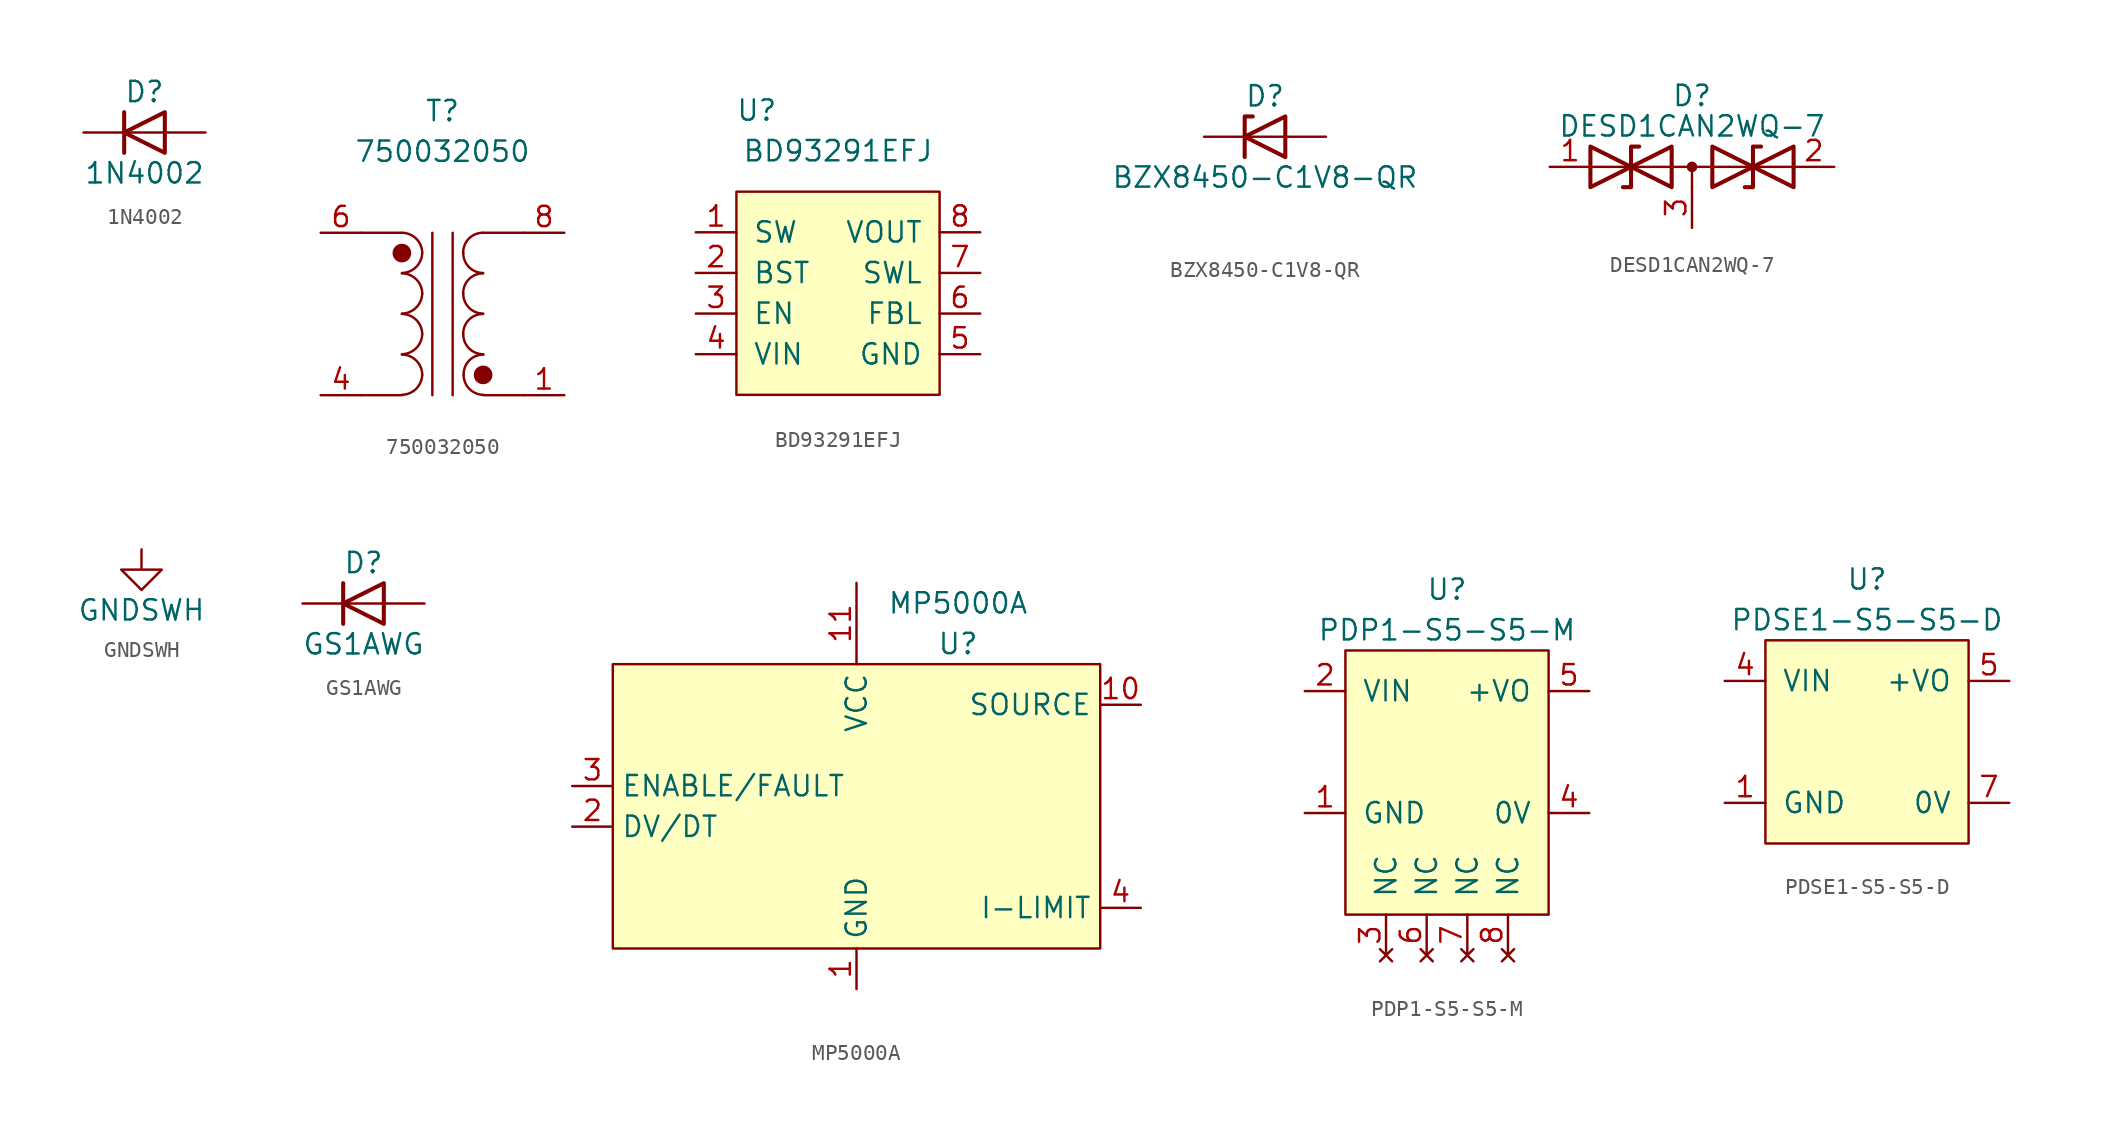
<source format=kicad_sym>
(kicad_symbol_lib
  (version 20211014)
  (generator kicad_symbol_editor)
  (symbol "1N4002"
    (pin_numbers hide)
    (pin_names
      (offset 1.016) hide)
    (property "Reference" "D"
      (at 0 2.54 0)
      (effects (font (size 1.27 1.27))))
    (property "Value" "1N4002"
      (at 0 -2.54 0)
      (effects (font (size 1.27 1.27))))
    (symbol "1N4002_0_1"
      (polyline (pts (xy -1.27 1.27) (xy -1.27 -1.27)) (stroke (width 0.254) (type default) (color 0 0 0 0)) (fill (type none)))
      (polyline (pts (xy 1.27 0) (xy -1.27 0)) (stroke (width 0) (type default) (color 0 0 0 0)) (fill (type none)))
      (polyline (pts (xy 1.27 1.27) (xy 1.27 -1.27) (xy -1.27 0) (xy 1.27 1.27)) (stroke (width 0.254) (type default) (color 0 0 0 0)) (fill (type none))))
    (symbol "1N4002_1_1"
      (pin passive line (at -3.81 0 0) (length 2.54) (name "K" (effects (font (size 1.27 1.27)))) (number "1" (effects (font (size 1.27 1.27)))))
      (pin passive line (at 3.81 0 180) (length 2.54) (name "A" (effects (font (size 1.27 1.27)))) (number "2" (effects (font (size 1.27 1.27)))))))
  (symbol "750032050"
    (pin_names
      (offset 1.016) hide)
    (property "Reference" "T"
      (at 0 12.7 0)
      (effects (font (size 1.27 1.27))))
    (property "Value" "750032050"
      (at 0 10.16 0)
      (effects (font (size 1.27 1.27))))
    (symbol "750032050_0_0"
      (pin passive line (at -7.62 5.08 0) (length 2.54) hide (name "AA" (effects (font (size 1.27 1.27)))) (number "5" (effects (font (size 1.27 1.27)))))
      (pin passive line (at -7.62 5.08 0) (length 2.54) (name "AA" (effects (font (size 1.27 1.27)))) (number "6" (effects (font (size 1.27 1.27)))))
      (pin passive line (at 7.62 5.08 180) (length 2.54) (name "SB" (effects (font (size 1.27 1.27)))) (number "8" (effects (font (size 1.27 1.27))))))
    (symbol "750032050_0_1"
      (arc (start -2.54 -5.0546) (mid -1.6561 -4.6863) (end -1.27 -3.81) (stroke (width 0) (type default) (color 0 0 0 0)) (fill (type none)))
      (arc (start -2.54 -2.5146) (mid -1.6561 -2.1463) (end -1.27 -1.27) (stroke (width 0) (type default) (color 0 0 0 0)) (fill (type none)))
      (arc (start -2.54 0.0254) (mid -1.6561 0.3937) (end -1.27 1.27) (stroke (width 0) (type default) (color 0 0 0 0)) (fill (type none)))
      (arc (start -2.54 2.5654) (mid -1.6561 2.9337) (end -1.27 3.81) (stroke (width 0) (type default) (color 0 0 0 0)) (fill (type none)))
      (circle (center -2.54 3.81) (radius 0.508) (stroke (width 0.152) (type default) (color 0 0 0 0)) (fill (type outline)))
      (arc (start -1.27 -3.81) (mid -1.642 -2.912) (end -2.54 -2.54) (stroke (width 0) (type default) (color 0 0 0 0)) (fill (type none)))
      (arc (start -1.27 -1.27) (mid -1.642 -0.372) (end -2.54 0) (stroke (width 0) (type default) (color 0 0 0 0)) (fill (type none)))
      (arc (start -1.27 1.27) (mid -1.642 2.168) (end -2.54 2.54) (stroke (width 0) (type default) (color 0 0 0 0)) (fill (type none)))
      (arc (start -1.27 3.81) (mid -1.642 4.708) (end -2.54 5.08) (stroke (width 0) (type default) (color 0 0 0 0)) (fill (type none)))
      (polyline (pts (xy -5.08 -5.08) (xy -2.54 -5.08)) (stroke (width 0) (type default) (color 0 0 0 0)) (fill (type none)))
      (polyline (pts (xy -5.08 5.08) (xy -2.54 5.08)) (stroke (width 0) (type default) (color 0 0 0 0)) (fill (type none)))
      (polyline (pts (xy -0.635 5.08) (xy -0.635 -5.08)) (stroke (width 0) (type default) (color 0 0 0 0)) (fill (type none)))
      (polyline (pts (xy 0.635 -5.08) (xy 0.635 5.08)) (stroke (width 0) (type default) (color 0 0 0 0)) (fill (type none)))
      (polyline (pts (xy 2.54 -5.08) (xy 5.08 -5.08)) (stroke (width 0) (type default) (color 0 0 0 0)) (fill (type none)))
      (polyline (pts (xy 2.54 5.08) (xy 5.08 5.08)) (stroke (width 0) (type default) (color 0 0 0 0)) (fill (type none)))
      (arc (start 1.2954 -1.27) (mid 1.6599 -2.1501) (end 2.54 -2.5146) (stroke (width 0) (type default) (color 0 0 0 0)) (fill (type none)))
      (arc (start 1.2954 1.27) (mid 1.6599 0.3899) (end 2.54 0.0254) (stroke (width 0) (type default) (color 0 0 0 0)) (fill (type none)))
      (arc (start 1.2954 3.81) (mid 1.6599 2.9299) (end 2.54 2.5654) (stroke (width 0) (type default) (color 0 0 0 0)) (fill (type none)))
      (arc (start 1.3208 -3.81) (mid 1.6853 -4.6901) (end 2.5654 -5.0546) (stroke (width 0) (type default) (color 0 0 0 0)) (fill (type none)))
      (circle (center 2.54 -3.81) (radius 0.508) (stroke (width 0.152) (type default) (color 0 0 0 0)) (fill (type outline)))
      (arc (start 2.54 0) (mid 1.6456 -0.3683) (end 1.2954 -1.27) (stroke (width 0) (type default) (color 0 0 0 0)) (fill (type none)))
      (arc (start 2.54 2.54) (mid 1.6456 2.1717) (end 1.2954 1.27) (stroke (width 0) (type default) (color 0 0 0 0)) (fill (type none)))
      (arc (start 2.54 5.08) (mid 1.6456 4.7117) (end 1.2954 3.81) (stroke (width 0) (type default) (color 0 0 0 0)) (fill (type none)))
      (arc (start 2.5654 -2.54) (mid 1.671 -2.9083) (end 1.3208 -3.81) (stroke (width 0) (type default) (color 0 0 0 0)) (fill (type none))))
    (symbol "750032050_1_1"
      (pin passive line (at 7.62 -5.08 180) (length 2.54) (name "SA" (effects (font (size 1.27 1.27)))) (number "1" (effects (font (size 1.27 1.27)))))
      (pin passive line (at -7.62 -5.08 0) (length 2.54) hide (name "AB" (effects (font (size 1.27 1.27)))) (number "3" (effects (font (size 1.27 1.27)))))
      (pin passive line (at -7.62 -5.08 0) (length 2.54) (name "AB" (effects (font (size 1.27 1.27)))) (number "4" (effects (font (size 1.27 1.27)))))))
  (symbol "BD93291EFJ"
    (pin_names
      (offset 1.016))
    (property "Reference" "U"
      (at -5.08 11.43 0)
      (effects (font (size 1.27 1.27))))
    (property "Value" "BD93291EFJ"
      (at 0 8.89 0)
      (effects (font (size 1.27 1.27))))
    (symbol "BD93291EFJ_0_0"
      (pin power_in line (at 8.89 -3.81 180) (length 2.54) hide (name "GND" (effects (font (size 1.27 1.27)))) (number "9" (effects (font (size 1.27 1.27))))))
    (symbol "BD93291EFJ_0_1"
      (rectangle (start -6.35 6.35) (end 6.35 -6.35) (stroke (width 0) (type default) (color 0 0 0 0)) (fill (type background))))
    (symbol "BD93291EFJ_1_1"
      (pin open_collector line (at -8.89 3.81 0) (length 2.54) (name "SW" (effects (font (size 1.27 1.27)))) (number "1" (effects (font (size 1.27 1.27)))))
      (pin output line (at -8.89 1.27 0) (length 2.54) (name "BST" (effects (font (size 1.27 1.27)))) (number "2" (effects (font (size 1.27 1.27)))))
      (pin input line (at -8.89 -1.27 0) (length 2.54) (name "EN" (effects (font (size 1.27 1.27)))) (number "3" (effects (font (size 1.27 1.27)))))
      (pin power_in line (at -8.89 -3.81 0) (length 2.54) (name "VIN" (effects (font (size 1.27 1.27)))) (number "4" (effects (font (size 1.27 1.27)))))
      (pin power_in line (at 8.89 -3.81 180) (length 2.54) (name "GND" (effects (font (size 1.27 1.27)))) (number "5" (effects (font (size 1.27 1.27)))))
      (pin input line (at 8.89 -1.27 180) (length 2.54) (name "FBL" (effects (font (size 1.27 1.27)))) (number "6" (effects (font (size 1.27 1.27)))))
      (pin open_collector line (at 8.89 1.27 180) (length 2.54) (name "SWL" (effects (font (size 1.27 1.27)))) (number "7" (effects (font (size 1.27 1.27)))))
      (pin input line (at 8.89 3.81 180) (length 2.54) (name "VOUT" (effects (font (size 1.27 1.27)))) (number "8" (effects (font (size 1.27 1.27)))))))
  (symbol "BZX8450-C1V8-QR"
    (pin_numbers hide)
    (pin_names
      (offset 1.016) hide)
    (property "Reference" "D"
      (at 0 2.54 0)
      (effects (font (size 1.27 1.27))))
    (property "Value" "BZX8450-C1V8-QR"
      (at 0 -2.54 0)
      (effects (font (size 1.27 1.27))))
    (symbol "BZX8450-C1V8-QR_0_0"
      (pin no_connect line (at 0 -6.35 90) (length 2.54) hide (name "NC" (effects (font (size 1.27 1.27)))) (number "2" (effects (font (size 1.27 1.27))))))
    (symbol "BZX8450-C1V8-QR_0_1"
      (polyline (pts (xy 1.27 0) (xy -1.27 0)) (stroke (width 0) (type default) (color 0 0 0 0)) (fill (type none)))
      (polyline (pts (xy -1.27 -1.27) (xy -1.27 1.27) (xy -0.762 1.27)) (stroke (width 0.254) (type default) (color 0 0 0 0)) (fill (type none)))
      (polyline (pts (xy 1.27 -1.27) (xy 1.27 1.27) (xy -1.27 0) (xy 1.27 -1.27)) (stroke (width 0.254) (type default) (color 0 0 0 0)) (fill (type none))))
    (symbol "BZX8450-C1V8-QR_1_1"
      (pin passive line (at 3.81 0 180) (length 2.54) (name "A" (effects (font (size 1.27 1.27)))) (number "1" (effects (font (size 1.27 1.27)))))
      (pin passive line (at -3.81 0 0) (length 2.54) (name "K" (effects (font (size 1.27 1.27)))) (number "3" (effects (font (size 1.27 1.27)))))))
  (symbol "DESD1CAN2WQ-7"
    (pin_names
      (offset 1.016) hide)
    (property "Reference" "D"
      (at 0 4.445 0)
      (effects (font (size 1.27 1.27))))
    (property "Value" "DESD1CAN2WQ-7"
      (at 0 2.54 0)
      (effects (font (size 1.27 1.27))))
    (symbol "DESD1CAN2WQ-7_0_0"
      (polyline (pts (xy 0 -1.27) (xy 0 0)) (stroke (width 0) (type default) (color 0 0 0 0)) (fill (type none))))
    (symbol "DESD1CAN2WQ-7_0_1"
      (polyline (pts (xy -6.35 0) (xy 6.35 0)) (stroke (width 0) (type default) (color 0 0 0 0)) (fill (type none)))
      (polyline (pts (xy -3.302 1.27) (xy -3.81 1.27) (xy -3.81 -1.27) (xy -4.318 -1.27)) (stroke (width 0.254) (type default) (color 0 0 0 0)) (fill (type none)))
      (polyline (pts (xy 4.318 1.27) (xy 3.81 1.27) (xy 3.81 -1.27) (xy 3.302 -1.27)) (stroke (width 0.254) (type default) (color 0 0 0 0)) (fill (type none)))
      (polyline (pts (xy -6.35 1.27) (xy -1.27 -1.27) (xy -1.27 1.27) (xy -6.35 -1.27) (xy -6.35 1.27)) (stroke (width 0.254) (type default) (color 0 0 0 0)) (fill (type none)))
      (polyline (pts (xy 6.35 1.27) (xy 1.27 -1.27) (xy 1.27 1.27) (xy 6.35 -1.27) (xy 6.35 1.27)) (stroke (width 0.254) (type default) (color 0 0 0 0)) (fill (type none)))
      (circle (center 0 0) (radius 0.254) (stroke (width 0) (type default) (color 0 0 0 0)) (fill (type outline))))
    (symbol "DESD1CAN2WQ-7_1_1"
      (pin passive line (at -8.89 0 0) (length 2.54) (name "A1" (effects (font (size 1.27 1.27)))) (number "1" (effects (font (size 1.27 1.27)))))
      (pin passive line (at 8.89 0 180) (length 2.54) (name "A2" (effects (font (size 1.27 1.27)))) (number "2" (effects (font (size 1.27 1.27)))))
      (pin input line (at 0 -3.81 90) (length 2.54) (name "common" (effects (font (size 1.27 1.27)))) (number "3" (effects (font (size 1.27 1.27)))))))
  (symbol "GNDSWH"
    (power)
    (pin_names
      (offset 0))
    (property "Reference" "#PWR"
      (at 0 -6.35 0)
      (effects (font (size 1.27 1.27)) hide))
    (property "Value" "GNDSWH"
      (at 0 -3.81 0)
      (effects (font (size 1.27 1.27))))
    (symbol "GNDSWH_0_1"
      (polyline (pts (xy 0 0) (xy 0 -1.27) (xy 1.27 -1.27) (xy 0 -2.54) (xy -1.27 -1.27) (xy 0 -1.27)) (stroke (width 0) (type default) (color 0 0 0 0)) (fill (type none))))
    (symbol "GNDSWH_1_1"
      (pin power_in line (at 0 0 270) (length 0) hide (name "GNDSWH" (effects (font (size 1.27 1.27)))) (number "1" (effects (font (size 1.27 1.27)))))))
  (symbol "GS1AWG"
    (pin_numbers hide)
    (pin_names
      (offset 1.016) hide)
    (property "Reference" "D"
      (at 0 2.54 0)
      (effects (font (size 1.27 1.27))))
    (property "Value" "GS1AWG"
      (at 0 -2.54 0)
      (effects (font (size 1.27 1.27))))
    (symbol "GS1AWG_0_1"
      (polyline (pts (xy -1.27 1.27) (xy -1.27 -1.27)) (stroke (width 0.254) (type default) (color 0 0 0 0)) (fill (type none)))
      (polyline (pts (xy 1.27 0) (xy -1.27 0)) (stroke (width 0) (type default) (color 0 0 0 0)) (fill (type none)))
      (polyline (pts (xy 1.27 1.27) (xy 1.27 -1.27) (xy -1.27 0) (xy 1.27 1.27)) (stroke (width 0.254) (type default) (color 0 0 0 0)) (fill (type none))))
    (symbol "GS1AWG_1_1"
      (pin passive line (at -3.81 0 0) (length 2.54) (name "K" (effects (font (size 1.27 1.27)))) (number "1" (effects (font (size 1.27 1.27)))))
      (pin passive line (at 3.81 0 180) (length 2.54) (name "A" (effects (font (size 1.27 1.27)))) (number "2" (effects (font (size 1.27 1.27)))))))
  (symbol "MP5000A"
    (property "Reference" "U"
      (at 6.35 10.16 0)
      (effects (font (size 1.27 1.27))))
    (property "Value" "MP5000A"
      (at 6.35 12.7 0)
      (effects (font (size 1.27 1.27))))
    (symbol "MP5000A_0_0"
      (pin power_in line (at 0 -11.43 90) (length 2.54) (name "GND" (effects (font (size 1.27 1.27)))) (number "1" (effects (font (size 1.27 1.27)))))
      (pin power_out line (at 17.78 6.35 180) (length 2.54) (name "SOURCE" (effects (font (size 1.27 1.27)))) (number "10" (effects (font (size 1.27 1.27)))))
      (pin power_in line (at 0 13.97 270) (length 5.08) (name "VCC" (effects (font (size 1.27 1.27)))) (number "11" (effects (font (size 1.27 1.27)))))
      (pin output line (at -17.78 -1.27 0) (length 2.54) (name "DV/DT" (effects (font (size 1.27 1.27)))) (number "2" (effects (font (size 1.27 1.27)))))
      (pin bidirectional line (at -17.78 1.27 0) (length 2.54) (name "ENABLE/FAULT" (effects (font (size 1.27 1.27)))) (number "3" (effects (font (size 1.27 1.27)))))
      (pin input line (at 17.78 -6.35 180) (length 2.54) (name "I-LIMIT" (effects (font (size 1.27 1.27)))) (number "4" (effects (font (size 1.27 1.27)))))
      (pin no_connect line (at -17.78 -3.81 0) (length 2.54) hide (name "NC" (effects (font (size 1.27 1.27)))) (number "5" (effects (font (size 1.27 1.27)))))
      (pin passive line (at 17.78 6.35 180) (length 2.54) hide (name "SOURCE" (effects (font (size 1.27 1.27)))) (number "6" (effects (font (size 1.27 1.27)))))
      (pin passive line (at 17.78 6.35 180) (length 2.54) hide (name "SOURCE" (effects (font (size 1.27 1.27)))) (number "7" (effects (font (size 1.27 1.27)))))
      (pin passive line (at 17.78 6.35 180) (length 2.54) hide (name "SOURCE" (effects (font (size 1.27 1.27)))) (number "8" (effects (font (size 1.27 1.27)))))
      (pin passive line (at 17.78 6.35 180) (length 2.54) hide (name "SOURCE" (effects (font (size 1.27 1.27)))) (number "9" (effects (font (size 1.27 1.27))))))
    (symbol "MP5000A_0_1"
      (rectangle (start -15.24 8.89) (end 15.24 -8.89) (stroke (width 0.152) (type default) (color 0 0 0 0)) (fill (type background)))))
  (symbol "PDP1-S5-S5-M"
    (pin_names
      (offset 1.016))
    (property "Reference" "U"
      (at 0 11.43 0)
      (effects (font (size 1.27 1.27))))
    (property "Value" "PDP1-S5-S5-M"
      (at 0 8.89 0)
      (effects (font (size 1.27 1.27))))
    (symbol "PDP1-S5-S5-M_0_0"
      (pin power_in line (at -8.89 -2.54 0) (length 2.54) (name "GND" (effects (font (size 1.27 1.27)))) (number "1" (effects (font (size 1.27 1.27)))))
      (pin passive line (at -8.89 5.08 0) (length 2.54) (name "VIN" (effects (font (size 1.27 1.27)))) (number "2" (effects (font (size 1.27 1.27)))))
      (pin no_connect line (at -3.81 -11.43 90) (length 2.54) (name "NC" (effects (font (size 1.27 1.27)))) (number "3" (effects (font (size 1.27 1.27)))))
      (pin power_out line (at 8.89 -2.54 180) (length 2.54) (name "0V" (effects (font (size 1.27 1.27)))) (number "4" (effects (font (size 1.27 1.27)))))
      (pin power_out line (at 8.89 5.08 180) (length 2.54) (name "+VO" (effects (font (size 1.27 1.27)))) (number "5" (effects (font (size 1.27 1.27)))))
      (pin no_connect line (at -1.27 -11.43 90) (length 2.54) (name "NC" (effects (font (size 1.27 1.27)))) (number "6" (effects (font (size 1.27 1.27)))))
      (pin no_connect line (at 1.27 -11.43 90) (length 2.54) (name "NC" (effects (font (size 1.27 1.27)))) (number "7" (effects (font (size 1.27 1.27)))))
      (pin no_connect line (at 3.81 -11.43 90) (length 2.54) (name "NC" (effects (font (size 1.27 1.27)))) (number "8" (effects (font (size 1.27 1.27))))))
    (symbol "PDP1-S5-S5-M_0_1"
      (rectangle (start 6.35 -8.89) (end -6.35 7.62) (stroke (width 0) (type default) (color 0 0 0 0)) (fill (type background)))))
  (symbol "PDSE1-S5-S5-D"
    (pin_names
      (offset 1.016))
    (property "Reference" "U"
      (at 0 11.43 0)
      (effects (font (size 1.27 1.27))))
    (property "Value" "PDSE1-S5-S5-D"
      (at 0 8.89 0)
      (effects (font (size 1.27 1.27))))
    (symbol "PDSE1-S5-S5-D_0_0"
      (pin power_in line (at -8.89 -2.54 0) (length 2.54) (name "GND" (effects (font (size 1.27 1.27)))) (number "1" (effects (font (size 1.27 1.27)))))
      (pin passive line (at -8.89 5.08 0) (length 2.54) (name "VIN" (effects (font (size 1.27 1.27)))) (number "4" (effects (font (size 1.27 1.27)))))
      (pin passive line (at 8.89 5.08 180) (length 2.54) (name "+VO" (effects (font (size 1.27 1.27)))) (number "5" (effects (font (size 1.27 1.27)))))
      (pin passive line (at 8.89 -2.54 180) (length 2.54) (name "0V" (effects (font (size 1.27 1.27)))) (number "7" (effects (font (size 1.27 1.27))))))
    (symbol "PDSE1-S5-S5-D_0_1"
      (rectangle (start -6.35 7.62) (end 6.35 -5.08) (stroke (width 0) (type default) (color 0 0 0 0)) (fill (type background))))))
</source>
